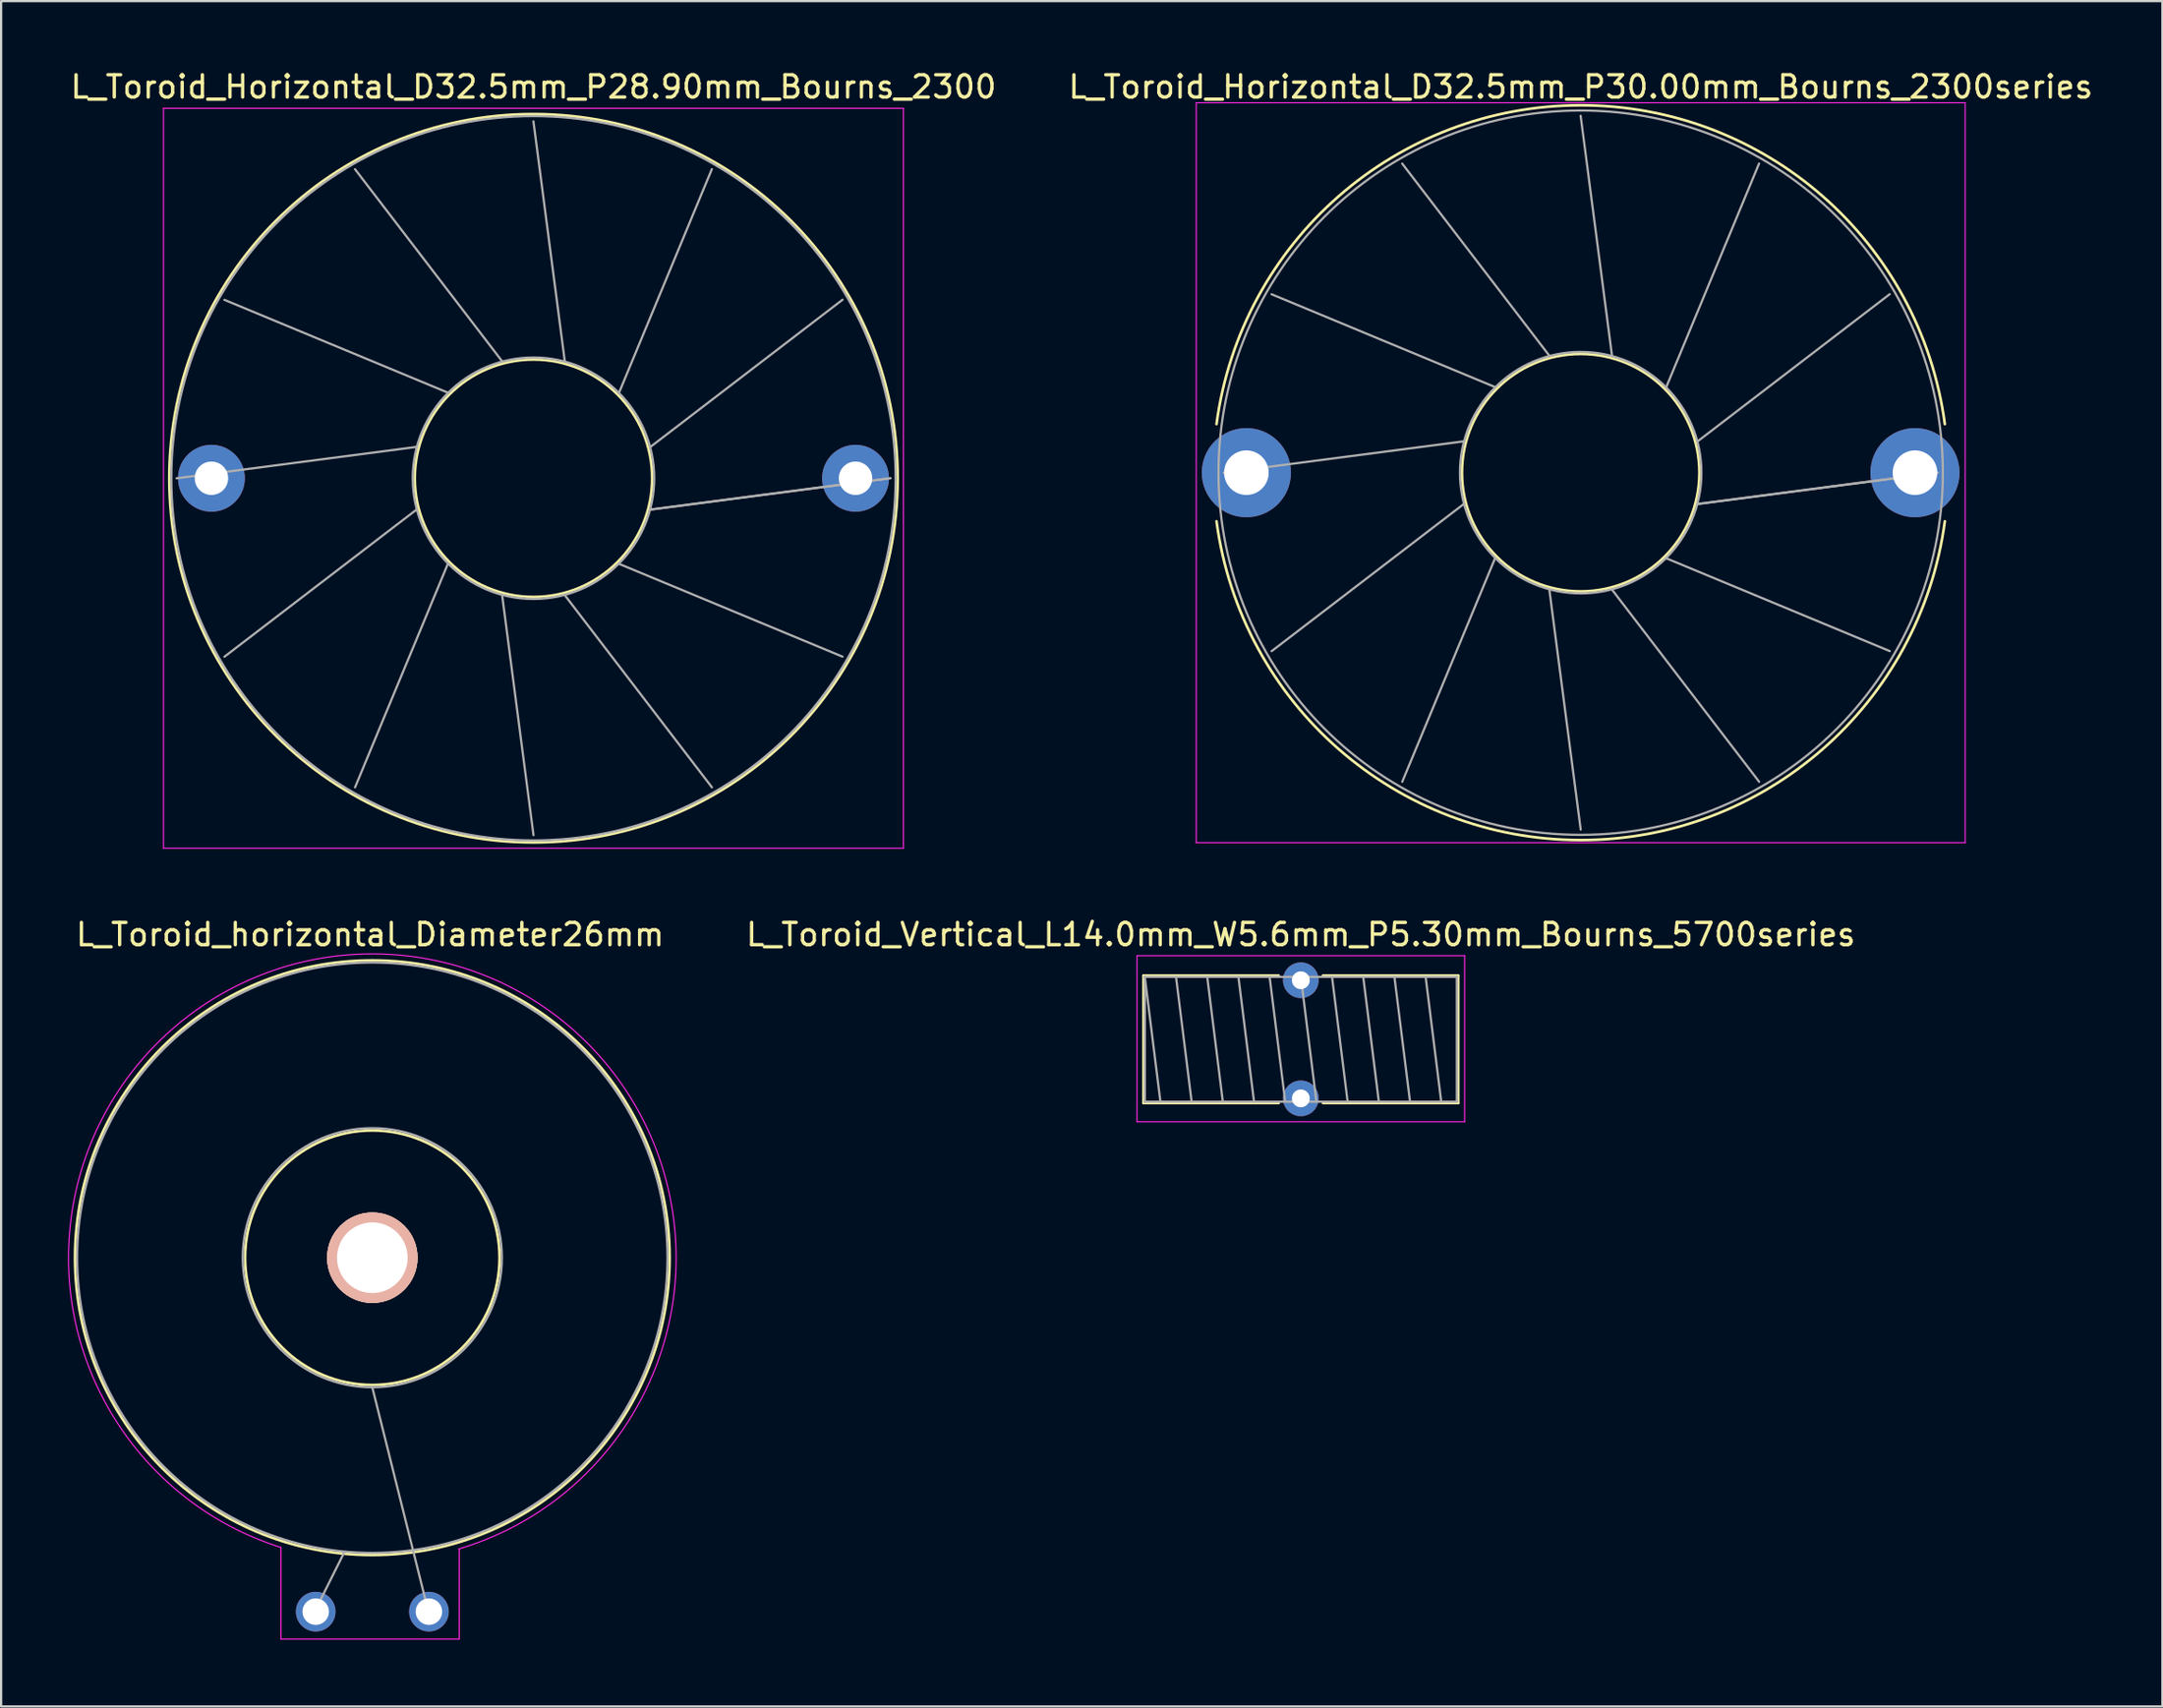
<source format=kicad_pcb>
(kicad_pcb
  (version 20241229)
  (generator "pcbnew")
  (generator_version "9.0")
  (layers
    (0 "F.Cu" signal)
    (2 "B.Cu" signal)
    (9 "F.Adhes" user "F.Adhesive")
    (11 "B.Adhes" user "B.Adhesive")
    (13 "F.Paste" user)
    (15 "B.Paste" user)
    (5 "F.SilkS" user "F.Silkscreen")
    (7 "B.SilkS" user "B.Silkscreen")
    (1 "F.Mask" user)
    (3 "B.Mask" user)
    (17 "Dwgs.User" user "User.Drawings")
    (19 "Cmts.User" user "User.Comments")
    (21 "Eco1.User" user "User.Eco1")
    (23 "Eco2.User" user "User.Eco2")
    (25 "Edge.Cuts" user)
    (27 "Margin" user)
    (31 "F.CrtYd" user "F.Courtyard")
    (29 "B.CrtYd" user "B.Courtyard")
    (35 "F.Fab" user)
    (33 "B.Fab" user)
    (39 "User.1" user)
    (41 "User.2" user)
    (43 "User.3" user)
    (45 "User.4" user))
  (footprint "L_Toroid_Vertical_L14.0mm_W5.6mm_P5.30mm_Bourns_5700series"
    (layer "F.Cu")
    (at 55.318 40.931)
    (property "Reference" "L_Toroid_Vertical_L14.0mm_W5.6mm_P5.30mm_Bourns_5700series" (at 0 -2.05 0) (layer "F.SilkS") (effects (font (size 1 1) (thickness 0.15))))
    (attr through_hole)
    (fp_line (start -7.06 -0.21) (end -7.06 5.51) (stroke (width 0.12) (type solid)) (layer "F.SilkS"))
    (fp_line (start -7.06 -0.21) (end -0.995 -0.21) (stroke (width 0.12) (type solid)) (layer "F.SilkS"))
    (fp_line (start -7.06 5.51) (end -0.995 5.51) (stroke (width 0.12) (type solid)) (layer "F.SilkS"))
    (fp_line (start 0.995 -0.21) (end 7.06 -0.21) (stroke (width 0.12) (type solid)) (layer "F.SilkS"))
    (fp_line (start 0.995 5.51) (end 7.06 5.51) (stroke (width 0.12) (type solid)) (layer "F.SilkS"))
    (fp_line (start 7.06 -0.21) (end 7.06 5.51) (stroke (width 0.12) (type solid)) (layer "F.SilkS"))
    (fp_line (start -7.35 -1.1) (end -7.35 6.35) (stroke (width 0.05) (type solid)) (layer "F.CrtYd"))
    (fp_line (start -7.35 6.35) (end 7.35 6.35) (stroke (width 0.05) (type solid)) (layer "F.CrtYd"))
    (fp_line (start 7.35 -1.1) (end -7.35 -1.1) (stroke (width 0.05) (type solid)) (layer "F.CrtYd"))
    (fp_line (start 7.35 6.35) (end 7.35 -1.1) (stroke (width 0.05) (type solid)) (layer "F.CrtYd"))
    (fp_line (start -7 -0.15) (end -7 5.45) (stroke (width 0.1) (type solid)) (layer "F.Fab"))
    (fp_line (start -7 -0.15) (end -6.3 5.45) (stroke (width 0.1) (type solid)) (layer "F.Fab"))
    (fp_line (start -7 5.45) (end 7 5.45) (stroke (width 0.1) (type solid)) (layer "F.Fab"))
    (fp_line (start -5.6 -0.15) (end -4.9 5.45) (stroke (width 0.1) (type solid)) (layer "F.Fab"))
    (fp_line (start -4.2 -0.15) (end -3.5 5.45) (stroke (width 0.1) (type solid)) (layer "F.Fab"))
    (fp_line (start -2.8 -0.15) (end -2.1 5.45) (stroke (width 0.1) (type solid)) (layer "F.Fab"))
    (fp_line (start -1.4 -0.15) (end -0.7 5.45) (stroke (width 0.1) (type solid)) (layer "F.Fab"))
    (fp_line (start 0 -0.15) (end 0.7 5.45) (stroke (width 0.1) (type solid)) (layer "F.Fab"))
    (fp_line (start 1.4 -0.15) (end 2.1 5.45) (stroke (width 0.1) (type solid)) (layer "F.Fab"))
    (fp_line (start 2.8 -0.15) (end 3.5 5.45) (stroke (width 0.1) (type solid)) (layer "F.Fab"))
    (fp_line (start 4.2 -0.15) (end 4.9 5.45) (stroke (width 0.1) (type solid)) (layer "F.Fab"))
    (fp_line (start 5.6 -0.15) (end 6.3 5.45) (stroke (width 0.1) (type solid)) (layer "F.Fab"))
    (fp_line (start 7 -0.15) (end -7 -0.15) (stroke (width 0.1) (type solid)) (layer "F.Fab"))
    (fp_line (start 7 5.45) (end 7 -0.15) (stroke (width 0.1) (type solid)) (layer "F.Fab"))
    (pad "1" thru_hole circle (at 0 0) (size 1.6 1.6) (drill 0.8) (layers "*.Cu" "*.Mask"))
    (pad "2" thru_hole circle (at 0 5.3) (size 1.6 1.6) (drill 0.8) (layers "*.Cu" "*.Mask")))
  (footprint "L_Toroid_Horizontal_D32.5mm_P30.00mm_Bourns_2300series"
    (layer "F.Cu")
    (at 52.875 18.158)
    (property "Reference" "L_Toroid_Horizontal_D32.5mm_P30.00mm_Bourns_2300series" (at 15 -17.31 0) (layer "F.SilkS") (effects (font (size 1 1) (thickness 0.15))))
    (attr through_hole)
    (fp_arc (start -1.34 -2.18) (mid 14.999781 -16.484781) (end 31.339942 -2.180435) (stroke (width 0.12) (type solid)) (layer "F.SilkS"))
    (fp_arc (start 31.339942 2.180435) (mid 14.999781 16.484781) (end -1.34 2.18) (stroke (width 0.12) (type solid)) (layer "F.SilkS"))
    (fp_circle (center 15 0) (end 20.327 0) (stroke (width 0.12) (type solid)) (fill no) (layer "F.SilkS"))
    (fp_line (start -2.25 -16.6) (end -2.25 16.6) (stroke (width 0.05) (type solid)) (layer "F.CrtYd"))
    (fp_line (start -2.25 16.6) (end 32.25 16.6) (stroke (width 0.05) (type solid)) (layer "F.CrtYd"))
    (fp_line (start 32.25 -16.6) (end -2.25 -16.6) (stroke (width 0.05) (type solid)) (layer "F.CrtYd"))
    (fp_line (start 32.25 16.6) (end 32.25 -16.6) (stroke (width 0.05) (type solid)) (layer "F.CrtYd"))
    (fp_line (start -1.013 0.001) (end 9.752 -1.406) (stroke (width 0.1) (type solid)) (layer "F.Fab"))
    (fp_line (start 1.131 -8.005) (end 11.158 -3.841) (stroke (width 0.1) (type solid)) (layer "F.Fab"))
    (fp_line (start 1.133 8.008) (end 9.752 1.407) (stroke (width 0.1) (type solid)) (layer "F.Fab"))
    (fp_line (start 6.992 -13.867) (end 13.593 -5.248) (stroke (width 0.1) (type solid)) (layer "F.Fab"))
    (fp_line (start 6.994 13.868) (end 11.158 3.842) (stroke (width 0.1) (type solid)) (layer "F.Fab"))
    (fp_line (start 14.998 -16.013) (end 16.405 -5.248) (stroke (width 0.1) (type solid)) (layer "F.Fab"))
    (fp_line (start 15.001 16.013) (end 13.594 5.248) (stroke (width 0.1) (type solid)) (layer "F.Fab"))
    (fp_line (start 23.004 -13.869) (end 18.841 -3.842) (stroke (width 0.1) (type solid)) (layer "F.Fab"))
    (fp_line (start 23.007 13.868) (end 16.406 5.248) (stroke (width 0.1) (type solid)) (layer "F.Fab"))
    (fp_line (start 28.866 -8.009) (end 20.248 -1.407) (stroke (width 0.1) (type solid)) (layer "F.Fab"))
    (fp_line (start 28.868 8.006) (end 18.842 3.842) (stroke (width 0.1) (type solid)) (layer "F.Fab"))
    (fp_line (start 31.013 -0.003) (end 20.248 1.405) (stroke (width 0.1) (type solid)) (layer "F.Fab"))
    (fp_line (start 31.013 0) (end 20.248 1.406) (stroke (width 0.1) (type solid)) (layer "F.Fab"))
    (fp_circle (center 15 0) (end 20.417 0) (stroke (width 0.1) (type solid)) (fill no) (layer "F.Fab"))
    (fp_circle (center 15 0) (end 31.25 0) (stroke (width 0.1) (type solid)) (fill no) (layer "F.Fab"))
    (pad "1" thru_hole circle (at 0 0) (size 4 4) (drill 2) (layers "*.Cu" "*.Mask"))
    (pad "2" thru_hole circle (at 30 0) (size 4 4) (drill 2) (layers "*.Cu" "*.Mask")))
  (footprint "L_Toroid_Horizontal_D32.5mm_P28.90mm_Bourns_2300"
    (layer "F.Cu")
    (at 6.437 18.408)
    (property "Reference" "L_Toroid_Horizontal_D32.5mm_P28.90mm_Bourns_2300" (at 14.45 -17.56 0) (layer "F.SilkS") (effects (font (size 1 1) (thickness 0.15))))
    (attr through_hole)
    (fp_circle (center 14.45 0) (end 19.777 0) (stroke (width 0.12) (type solid)) (fill no) (layer "F.SilkS"))
    (fp_circle (center 14.45 0) (end 30.79 0) (stroke (width 0.12) (type solid)) (fill no) (layer "F.SilkS"))
    (fp_line (start -2.15 -16.6) (end -2.15 16.6) (stroke (width 0.05) (type solid)) (layer "F.CrtYd"))
    (fp_line (start -2.15 16.6) (end 31.05 16.6) (stroke (width 0.05) (type solid)) (layer "F.CrtYd"))
    (fp_line (start 31.05 -16.6) (end -2.15 -16.6) (stroke (width 0.05) (type solid)) (layer "F.CrtYd"))
    (fp_line (start 31.05 16.6) (end 31.05 -16.6) (stroke (width 0.05) (type solid)) (layer "F.CrtYd"))
    (fp_line (start -1.563 0.001) (end 9.202 -1.406) (stroke (width 0.1) (type solid)) (layer "F.Fab"))
    (fp_line (start 0.581 -8.005) (end 10.608 -3.841) (stroke (width 0.1) (type solid)) (layer "F.Fab"))
    (fp_line (start 0.583 8.008) (end 9.202 1.407) (stroke (width 0.1) (type solid)) (layer "F.Fab"))
    (fp_line (start 6.442 -13.867) (end 13.043 -5.248) (stroke (width 0.1) (type solid)) (layer "F.Fab"))
    (fp_line (start 6.444 13.868) (end 10.608 3.842) (stroke (width 0.1) (type solid)) (layer "F.Fab"))
    (fp_line (start 14.448 -16.013) (end 15.855 -5.248) (stroke (width 0.1) (type solid)) (layer "F.Fab"))
    (fp_line (start 14.451 16.013) (end 13.044 5.248) (stroke (width 0.1) (type solid)) (layer "F.Fab"))
    (fp_line (start 22.454 -13.869) (end 18.291 -3.842) (stroke (width 0.1) (type solid)) (layer "F.Fab"))
    (fp_line (start 22.457 13.868) (end 15.856 5.248) (stroke (width 0.1) (type solid)) (layer "F.Fab"))
    (fp_line (start 28.316 -8.009) (end 19.698 -1.407) (stroke (width 0.1) (type solid)) (layer "F.Fab"))
    (fp_line (start 28.318 8.006) (end 18.292 3.842) (stroke (width 0.1) (type solid)) (layer "F.Fab"))
    (fp_line (start 30.463 -0.003) (end 19.698 1.405) (stroke (width 0.1) (type solid)) (layer "F.Fab"))
    (fp_line (start 30.463 0) (end 19.698 1.406) (stroke (width 0.1) (type solid)) (layer "F.Fab"))
    (fp_circle (center 14.45 0) (end 19.867 0) (stroke (width 0.1) (type solid)) (fill no) (layer "F.Fab"))
    (fp_circle (center 14.45 0) (end 30.7 0) (stroke (width 0.1) (type solid)) (fill no) (layer "F.Fab"))
    (pad "1" thru_hole circle (at 0 0) (size 3 3) (drill 1.5) (layers "*.Cu" "*.Mask"))
    (pad "2" thru_hole circle (at 28.9 0) (size 3 3) (drill 1.5) (layers "*.Cu" "*.Mask")))
  (footprint "L_Toroid_horizontal_Diameter26mm"
    (layer "F.Cu")
    (at 11.116 69.261)
    (property "Reference" "L_Toroid_horizontal_Diameter26mm" (at 2.44 -30.38 0) (layer "F.SilkS") (effects (font (size 1 1) (thickness 0.15))))
    (attr through_hole)
    (fp_circle (center 2.54 -15.88) (end -10.8 -15.88) (stroke (width 0.12) (type solid)) (fill no) (layer "F.SilkS"))
    (fp_circle (center 2.54 -15.88) (end 8.25 -15.88) (stroke (width 0.12) (type solid)) (fill no) (layer "F.SilkS"))
    (fp_line (start -1.56 -2.88) (end -1.56 1.23) (stroke (width 0.05) (type solid)) (layer "F.CrtYd"))
    (fp_line (start -1.56 1.23) (end 6.44 1.23) (stroke (width 0.05) (type solid)) (layer "F.CrtYd"))
    (fp_line (start 6.44 1.23) (end 6.44 -2.78) (stroke (width 0.05) (type solid)) (layer "F.CrtYd"))
    (fp_arc (start -1.56 -2.88) (mid 2.660017 -29.510686) (end 6.410454 -2.809821) (stroke (width 0.05) (type solid)) (layer "F.CrtYd"))
    (fp_line (start 0 -0.1) (end 1.27 -2.64) (stroke (width 0.1) (type solid)) (layer "F.Fab"))
    (fp_line (start 5.08 0.1) (end 2.54 -10.06) (stroke (width 0.1) (type solid)) (layer "F.Fab"))
    (fp_circle (center 2.54 -15.88) (end 1.44 -2.68) (stroke (width 0.1) (type solid)) (fill no) (layer "F.Fab"))
    (fp_circle (center 2.54 -15.88) (end 2.34 -10.07) (stroke (width 0.1) (type solid)) (fill no) (layer "F.Fab"))
    (pad "" thru_hole circle (at 2.54 -15.88) (size 4.06 4.06) (drill 3.17) (layers "*.Cu" "*.SilkS" "*.Mask"))
    (pad "1" thru_hole circle (at 0 0) (size 1.78 1.78) (drill 1.19) (layers "*.Cu" "*.Mask"))
    (pad "2" thru_hole circle (at 5.08 0) (size 1.78 1.78) (drill 1.19) (layers "*.Cu" "*.Mask")))
  (gr_rect
    (start -3 -3)
    (end 93.976 73.516)
    (stroke (width 0.1) (type default))
    (fill no)
    (layer "Edge.Cuts")))
</source>
